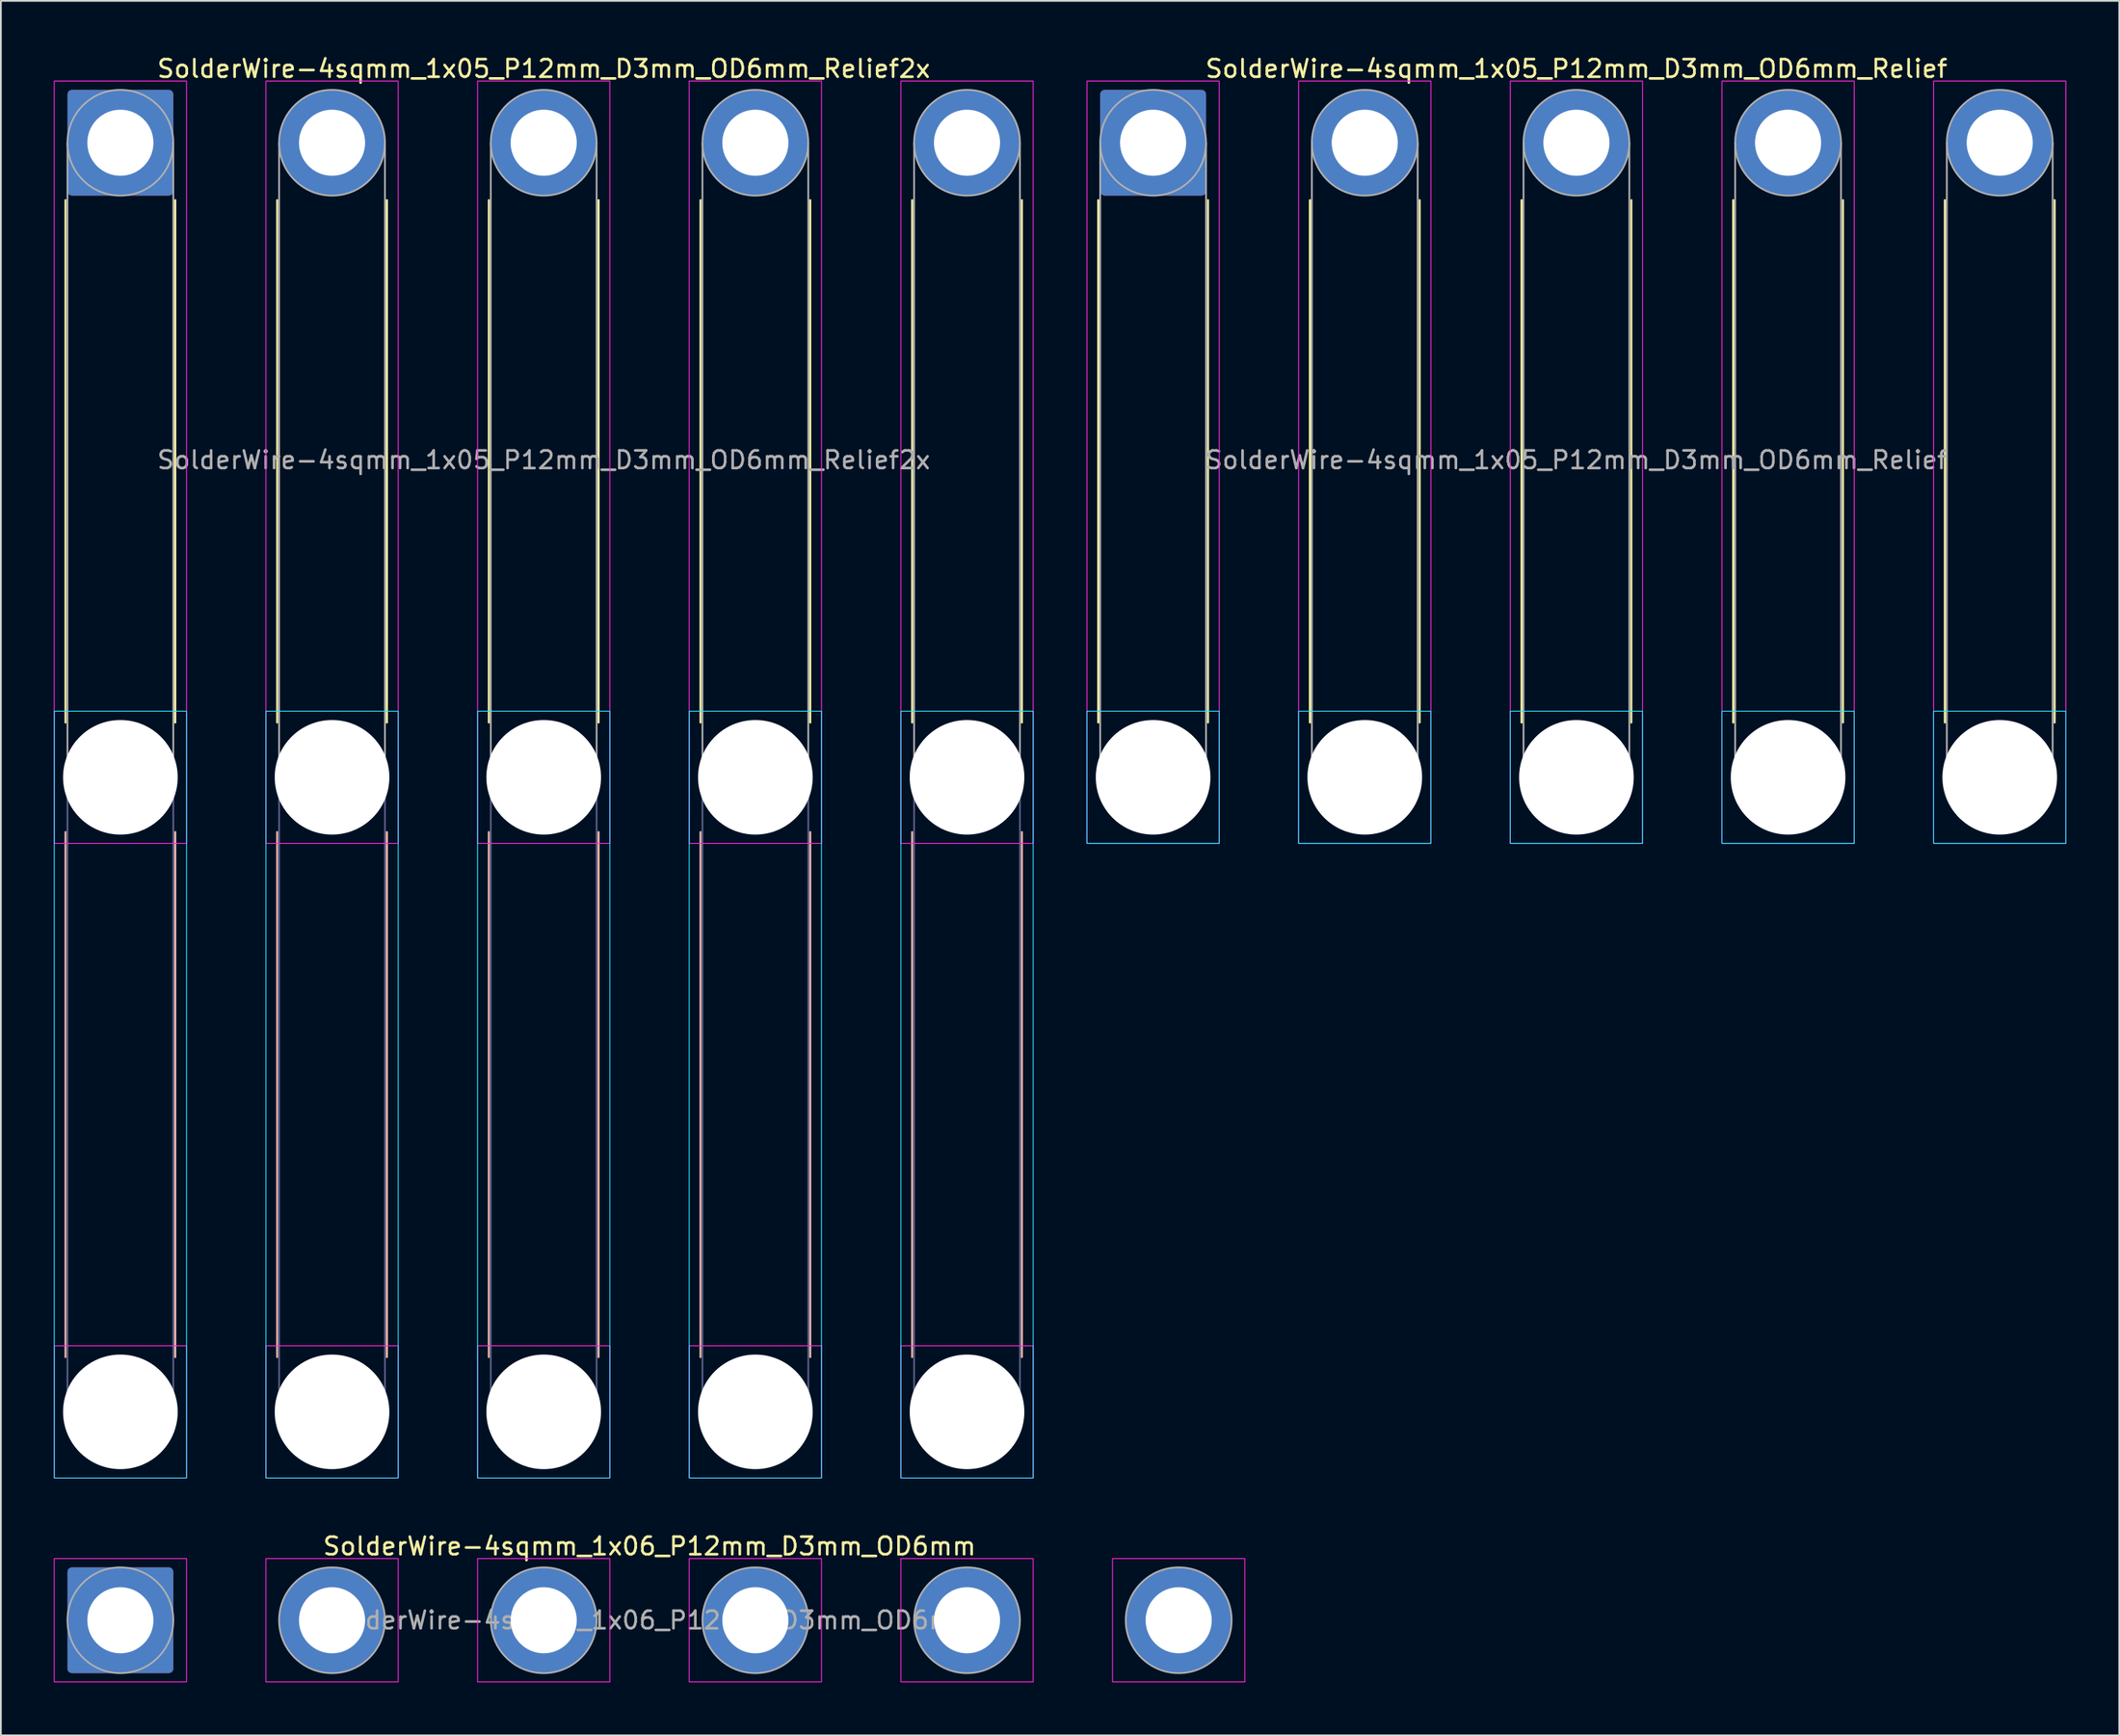
<source format=kicad_pcb>
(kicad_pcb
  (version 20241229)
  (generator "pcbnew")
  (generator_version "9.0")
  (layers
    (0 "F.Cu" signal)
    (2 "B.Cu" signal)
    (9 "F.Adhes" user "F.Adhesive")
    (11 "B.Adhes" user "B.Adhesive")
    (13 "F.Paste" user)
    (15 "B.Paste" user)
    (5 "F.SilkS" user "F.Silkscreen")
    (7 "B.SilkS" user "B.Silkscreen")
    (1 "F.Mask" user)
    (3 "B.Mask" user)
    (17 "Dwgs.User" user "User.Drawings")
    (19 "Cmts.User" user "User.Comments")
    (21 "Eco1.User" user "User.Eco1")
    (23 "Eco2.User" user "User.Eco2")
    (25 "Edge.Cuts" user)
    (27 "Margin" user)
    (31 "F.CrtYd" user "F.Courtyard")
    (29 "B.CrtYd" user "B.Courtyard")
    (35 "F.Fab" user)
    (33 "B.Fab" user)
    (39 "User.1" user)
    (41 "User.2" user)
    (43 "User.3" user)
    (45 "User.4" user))
  (footprint "SolderWire-4sqmm_1x05_P12mm_D3mm_OD6mm_Relief"
    (layer "F.Cu")
    (at 62.325 5.048)
    (property "Reference" "SolderWire-4sqmm_1x05_P12mm_D3mm_OD6mm_Relief" (at 24 -4.2 0) (layer "F.SilkS") (effects (font (size 1 1) (thickness 0.15))))
    (attr exclude_from_pos_files exclude_from_bom)
    (fp_line (start -3.11 3.26) (end -3.11 32.89) (stroke (width 0.12) (type solid)) (layer "F.SilkS"))
    (fp_line (start 3.11 3.26) (end 3.11 32.89) (stroke (width 0.12) (type solid)) (layer "F.SilkS"))
    (fp_line (start 8.89 3.26) (end 8.89 32.89) (stroke (width 0.12) (type solid)) (layer "F.SilkS"))
    (fp_line (start 15.11 3.26) (end 15.11 32.89) (stroke (width 0.12) (type solid)) (layer "F.SilkS"))
    (fp_line (start 20.89 3.26) (end 20.89 32.89) (stroke (width 0.12) (type solid)) (layer "F.SilkS"))
    (fp_line (start 27.11 3.26) (end 27.11 32.89) (stroke (width 0.12) (type solid)) (layer "F.SilkS"))
    (fp_line (start 32.89 3.26) (end 32.89 32.89) (stroke (width 0.12) (type solid)) (layer "F.SilkS"))
    (fp_line (start 39.11 3.26) (end 39.11 32.89) (stroke (width 0.12) (type solid)) (layer "F.SilkS"))
    (fp_line (start 44.89 3.26) (end 44.89 32.89) (stroke (width 0.12) (type solid)) (layer "F.SilkS"))
    (fp_line (start 51.11 3.26) (end 51.11 32.89) (stroke (width 0.12) (type solid)) (layer "F.SilkS"))
    (fp_rect (start -3.75 32.25) (end 3.75 39.75) (stroke (width 0.05) (type solid)) (fill no) (layer "B.CrtYd"))
    (fp_rect (start 8.25 32.25) (end 15.75 39.75) (stroke (width 0.05) (type solid)) (fill no) (layer "B.CrtYd"))
    (fp_rect (start 20.25 32.25) (end 27.75 39.75) (stroke (width 0.05) (type solid)) (fill no) (layer "B.CrtYd"))
    (fp_rect (start 32.25 32.25) (end 39.75 39.75) (stroke (width 0.05) (type solid)) (fill no) (layer "B.CrtYd"))
    (fp_rect (start 44.25 32.25) (end 51.75 39.75) (stroke (width 0.05) (type solid)) (fill no) (layer "B.CrtYd"))
    (fp_rect (start -3.75 -3.5) (end 3.75 39.75) (stroke (width 0.05) (type solid)) (fill no) (layer "F.CrtYd"))
    (fp_rect (start 8.25 -3.5) (end 15.75 39.75) (stroke (width 0.05) (type solid)) (fill no) (layer "F.CrtYd"))
    (fp_rect (start 20.25 -3.5) (end 27.75 39.75) (stroke (width 0.05) (type solid)) (fill no) (layer "F.CrtYd"))
    (fp_rect (start 32.25 -3.5) (end 39.75 39.75) (stroke (width 0.05) (type solid)) (fill no) (layer "F.CrtYd"))
    (fp_rect (start 44.25 -3.5) (end 51.75 39.75) (stroke (width 0.05) (type solid)) (fill no) (layer "F.CrtYd"))
    (fp_line (start -3 0) (end -3 36) (stroke (width 0.1) (type solid)) (layer "F.Fab"))
    (fp_line (start 3 0) (end 3 36) (stroke (width 0.1) (type solid)) (layer "F.Fab"))
    (fp_line (start 9 0) (end 9 36) (stroke (width 0.1) (type solid)) (layer "F.Fab"))
    (fp_line (start 15 0) (end 15 36) (stroke (width 0.1) (type solid)) (layer "F.Fab"))
    (fp_line (start 21 0) (end 21 36) (stroke (width 0.1) (type solid)) (layer "F.Fab"))
    (fp_line (start 27 0) (end 27 36) (stroke (width 0.1) (type solid)) (layer "F.Fab"))
    (fp_line (start 33 0) (end 33 36) (stroke (width 0.1) (type solid)) (layer "F.Fab"))
    (fp_line (start 39 0) (end 39 36) (stroke (width 0.1) (type solid)) (layer "F.Fab"))
    (fp_line (start 45 0) (end 45 36) (stroke (width 0.1) (type solid)) (layer "F.Fab"))
    (fp_line (start 51 0) (end 51 36) (stroke (width 0.1) (type solid)) (layer "F.Fab"))
    (fp_circle (center 0 0) (end 3 0) (stroke (width 0.1) (type solid)) (fill no) (layer "F.Fab"))
    (fp_circle (center 0 36) (end 3 36) (stroke (width 0.1) (type solid)) (fill no) (layer "F.Fab"))
    (fp_circle (center 12 0) (end 15 0) (stroke (width 0.1) (type solid)) (fill no) (layer "F.Fab"))
    (fp_circle (center 12 36) (end 15 36) (stroke (width 0.1) (type solid)) (fill no) (layer "F.Fab"))
    (fp_circle (center 24 0) (end 27 0) (stroke (width 0.1) (type solid)) (fill no) (layer "F.Fab"))
    (fp_circle (center 24 36) (end 27 36) (stroke (width 0.1) (type solid)) (fill no) (layer "F.Fab"))
    (fp_circle (center 36 0) (end 39 0) (stroke (width 0.1) (type solid)) (fill no) (layer "F.Fab"))
    (fp_circle (center 36 36) (end 39 36) (stroke (width 0.1) (type solid)) (fill no) (layer "F.Fab"))
    (fp_circle (center 48 0) (end 51 0) (stroke (width 0.1) (type solid)) (fill no) (layer "F.Fab"))
    (fp_circle (center 48 36) (end 51 36) (stroke (width 0.1) (type solid)) (fill no) (layer "F.Fab"))
    (fp_text user "${REFERENCE}" (at 24 18 0) (layer "F.Fab") (effects (font (size 1 1) (thickness 0.15))))
    (pad "" np_thru_hole circle (at 0 36) (size 6.5 6.5) (drill 6.5) (layers "*.Cu" "*.Mask"))
    (pad "" np_thru_hole circle (at 12 36) (size 6.5 6.5) (drill 6.5) (layers "*.Cu" "*.Mask"))
    (pad "" np_thru_hole circle (at 24 36) (size 6.5 6.5) (drill 6.5) (layers "*.Cu" "*.Mask"))
    (pad "" np_thru_hole circle (at 36 36) (size 6.5 6.5) (drill 6.5) (layers "*.Cu" "*.Mask"))
    (pad "" np_thru_hole circle (at 48 36) (size 6.5 6.5) (drill 6.5) (layers "*.Cu" "*.Mask"))
    (pad "1" thru_hole roundrect (at 0 0) (size 6 6) (drill 3.75) (layers "*.Cu" "*.Mask") (roundrect_rratio 0.042))
    (pad "2" thru_hole circle (at 12 0) (size 6 6) (drill 3.75) (layers "*.Cu" "*.Mask"))
    (pad "3" thru_hole circle (at 24 0) (size 6 6) (drill 3.75) (layers "*.Cu" "*.Mask"))
    (pad "4" thru_hole circle (at 36 0) (size 6 6) (drill 3.75) (layers "*.Cu" "*.Mask"))
    (pad "5" thru_hole circle (at 48 0) (size 6 6) (drill 3.75) (layers "*.Cu" "*.Mask")))
  (footprint "SolderWire-4sqmm_1x05_P12mm_D3mm_OD6mm_Relief2x"
    (layer "F.Cu")
    (at 3.775 5.048)
    (property "Reference" "SolderWire-4sqmm_1x05_P12mm_D3mm_OD6mm_Relief2x" (at 24 -4.2 0) (layer "F.SilkS") (effects (font (size 1 1) (thickness 0.15))))
    (attr exclude_from_pos_files exclude_from_bom)
    (fp_line (start -3.11 3.26) (end -3.11 32.89) (stroke (width 0.12) (type solid)) (layer "F.SilkS"))
    (fp_line (start 3.11 3.26) (end 3.11 32.89) (stroke (width 0.12) (type solid)) (layer "F.SilkS"))
    (fp_line (start 8.89 3.26) (end 8.89 32.89) (stroke (width 0.12) (type solid)) (layer "F.SilkS"))
    (fp_line (start 15.11 3.26) (end 15.11 32.89) (stroke (width 0.12) (type solid)) (layer "F.SilkS"))
    (fp_line (start 20.89 3.26) (end 20.89 32.89) (stroke (width 0.12) (type solid)) (layer "F.SilkS"))
    (fp_line (start 27.11 3.26) (end 27.11 32.89) (stroke (width 0.12) (type solid)) (layer "F.SilkS"))
    (fp_line (start 32.89 3.26) (end 32.89 32.89) (stroke (width 0.12) (type solid)) (layer "F.SilkS"))
    (fp_line (start 39.11 3.26) (end 39.11 32.89) (stroke (width 0.12) (type solid)) (layer "F.SilkS"))
    (fp_line (start 44.89 3.26) (end 44.89 32.89) (stroke (width 0.12) (type solid)) (layer "F.SilkS"))
    (fp_line (start 51.11 3.26) (end 51.11 32.89) (stroke (width 0.12) (type solid)) (layer "F.SilkS"))
    (fp_line (start -3.11 39.11) (end -3.11 68.89) (stroke (width 0.12) (type solid)) (layer "B.SilkS"))
    (fp_line (start 3.11 39.11) (end 3.11 68.89) (stroke (width 0.12) (type solid)) (layer "B.SilkS"))
    (fp_line (start 8.89 39.11) (end 8.89 68.89) (stroke (width 0.12) (type solid)) (layer "B.SilkS"))
    (fp_line (start 15.11 39.11) (end 15.11 68.89) (stroke (width 0.12) (type solid)) (layer "B.SilkS"))
    (fp_line (start 20.89 39.11) (end 20.89 68.89) (stroke (width 0.12) (type solid)) (layer "B.SilkS"))
    (fp_line (start 27.11 39.11) (end 27.11 68.89) (stroke (width 0.12) (type solid)) (layer "B.SilkS"))
    (fp_line (start 32.89 39.11) (end 32.89 68.89) (stroke (width 0.12) (type solid)) (layer "B.SilkS"))
    (fp_line (start 39.11 39.11) (end 39.11 68.89) (stroke (width 0.12) (type solid)) (layer "B.SilkS"))
    (fp_line (start 44.89 39.11) (end 44.89 68.89) (stroke (width 0.12) (type solid)) (layer "B.SilkS"))
    (fp_line (start 51.11 39.11) (end 51.11 68.89) (stroke (width 0.12) (type solid)) (layer "B.SilkS"))
    (fp_rect (start -3.75 32.25) (end 3.75 75.75) (stroke (width 0.05) (type solid)) (fill no) (layer "B.CrtYd"))
    (fp_rect (start 8.25 32.25) (end 15.75 75.75) (stroke (width 0.05) (type solid)) (fill no) (layer "B.CrtYd"))
    (fp_rect (start 20.25 32.25) (end 27.75 75.75) (stroke (width 0.05) (type solid)) (fill no) (layer "B.CrtYd"))
    (fp_rect (start 32.25 32.25) (end 39.75 75.75) (stroke (width 0.05) (type solid)) (fill no) (layer "B.CrtYd"))
    (fp_rect (start 44.25 32.25) (end 51.75 75.75) (stroke (width 0.05) (type solid)) (fill no) (layer "B.CrtYd"))
    (fp_rect (start -3.75 -3.5) (end 3.75 39.75) (stroke (width 0.05) (type solid)) (fill no) (layer "F.CrtYd"))
    (fp_rect (start -3.75 68.25) (end 3.75 75.75) (stroke (width 0.05) (type solid)) (fill no) (layer "F.CrtYd"))
    (fp_rect (start 8.25 -3.5) (end 15.75 39.75) (stroke (width 0.05) (type solid)) (fill no) (layer "F.CrtYd"))
    (fp_rect (start 8.25 68.25) (end 15.75 75.75) (stroke (width 0.05) (type solid)) (fill no) (layer "F.CrtYd"))
    (fp_rect (start 20.25 -3.5) (end 27.75 39.75) (stroke (width 0.05) (type solid)) (fill no) (layer "F.CrtYd"))
    (fp_rect (start 20.25 68.25) (end 27.75 75.75) (stroke (width 0.05) (type solid)) (fill no) (layer "F.CrtYd"))
    (fp_rect (start 32.25 -3.5) (end 39.75 39.75) (stroke (width 0.05) (type solid)) (fill no) (layer "F.CrtYd"))
    (fp_rect (start 32.25 68.25) (end 39.75 75.75) (stroke (width 0.05) (type solid)) (fill no) (layer "F.CrtYd"))
    (fp_rect (start 44.25 -3.5) (end 51.75 39.75) (stroke (width 0.05) (type solid)) (fill no) (layer "F.CrtYd"))
    (fp_rect (start 44.25 68.25) (end 51.75 75.75) (stroke (width 0.05) (type solid)) (fill no) (layer "F.CrtYd"))
    (fp_line (start -3 36) (end -3 72) (stroke (width 0.1) (type solid)) (layer "B.Fab"))
    (fp_line (start 3 36) (end 3 72) (stroke (width 0.1) (type solid)) (layer "B.Fab"))
    (fp_line (start 9 36) (end 9 72) (stroke (width 0.1) (type solid)) (layer "B.Fab"))
    (fp_line (start 15 36) (end 15 72) (stroke (width 0.1) (type solid)) (layer "B.Fab"))
    (fp_line (start 21 36) (end 21 72) (stroke (width 0.1) (type solid)) (layer "B.Fab"))
    (fp_line (start 27 36) (end 27 72) (stroke (width 0.1) (type solid)) (layer "B.Fab"))
    (fp_line (start 33 36) (end 33 72) (stroke (width 0.1) (type solid)) (layer "B.Fab"))
    (fp_line (start 39 36) (end 39 72) (stroke (width 0.1) (type solid)) (layer "B.Fab"))
    (fp_line (start 45 36) (end 45 72) (stroke (width 0.1) (type solid)) (layer "B.Fab"))
    (fp_line (start 51 36) (end 51 72) (stroke (width 0.1) (type solid)) (layer "B.Fab"))
    (fp_circle (center 0 36) (end 3 36) (stroke (width 0.1) (type solid)) (fill no) (layer "B.Fab"))
    (fp_circle (center 0 72) (end 3 72) (stroke (width 0.1) (type solid)) (fill no) (layer "B.Fab"))
    (fp_circle (center 12 36) (end 15 36) (stroke (width 0.1) (type solid)) (fill no) (layer "B.Fab"))
    (fp_circle (center 12 72) (end 15 72) (stroke (width 0.1) (type solid)) (fill no) (layer "B.Fab"))
    (fp_circle (center 24 36) (end 27 36) (stroke (width 0.1) (type solid)) (fill no) (layer "B.Fab"))
    (fp_circle (center 24 72) (end 27 72) (stroke (width 0.1) (type solid)) (fill no) (layer "B.Fab"))
    (fp_circle (center 36 36) (end 39 36) (stroke (width 0.1) (type solid)) (fill no) (layer "B.Fab"))
    (fp_circle (center 36 72) (end 39 72) (stroke (width 0.1) (type solid)) (fill no) (layer "B.Fab"))
    (fp_circle (center 48 36) (end 51 36) (stroke (width 0.1) (type solid)) (fill no) (layer "B.Fab"))
    (fp_circle (center 48 72) (end 51 72) (stroke (width 0.1) (type solid)) (fill no) (layer "B.Fab"))
    (fp_line (start -3 0) (end -3 36) (stroke (width 0.1) (type solid)) (layer "F.Fab"))
    (fp_line (start 3 0) (end 3 36) (stroke (width 0.1) (type solid)) (layer "F.Fab"))
    (fp_line (start 9 0) (end 9 36) (stroke (width 0.1) (type solid)) (layer "F.Fab"))
    (fp_line (start 15 0) (end 15 36) (stroke (width 0.1) (type solid)) (layer "F.Fab"))
    (fp_line (start 21 0) (end 21 36) (stroke (width 0.1) (type solid)) (layer "F.Fab"))
    (fp_line (start 27 0) (end 27 36) (stroke (width 0.1) (type solid)) (layer "F.Fab"))
    (fp_line (start 33 0) (end 33 36) (stroke (width 0.1) (type solid)) (layer "F.Fab"))
    (fp_line (start 39 0) (end 39 36) (stroke (width 0.1) (type solid)) (layer "F.Fab"))
    (fp_line (start 45 0) (end 45 36) (stroke (width 0.1) (type solid)) (layer "F.Fab"))
    (fp_line (start 51 0) (end 51 36) (stroke (width 0.1) (type solid)) (layer "F.Fab"))
    (fp_circle (center 0 0) (end 3 0) (stroke (width 0.1) (type solid)) (fill no) (layer "F.Fab"))
    (fp_circle (center 0 36) (end 3 36) (stroke (width 0.1) (type solid)) (fill no) (layer "F.Fab"))
    (fp_circle (center 0 72) (end 3 72) (stroke (width 0.1) (type solid)) (fill no) (layer "F.Fab"))
    (fp_circle (center 12 0) (end 15 0) (stroke (width 0.1) (type solid)) (fill no) (layer "F.Fab"))
    (fp_circle (center 12 36) (end 15 36) (stroke (width 0.1) (type solid)) (fill no) (layer "F.Fab"))
    (fp_circle (center 12 72) (end 15 72) (stroke (width 0.1) (type solid)) (fill no) (layer "F.Fab"))
    (fp_circle (center 24 0) (end 27 0) (stroke (width 0.1) (type solid)) (fill no) (layer "F.Fab"))
    (fp_circle (center 24 36) (end 27 36) (stroke (width 0.1) (type solid)) (fill no) (layer "F.Fab"))
    (fp_circle (center 24 72) (end 27 72) (stroke (width 0.1) (type solid)) (fill no) (layer "F.Fab"))
    (fp_circle (center 36 0) (end 39 0) (stroke (width 0.1) (type solid)) (fill no) (layer "F.Fab"))
    (fp_circle (center 36 36) (end 39 36) (stroke (width 0.1) (type solid)) (fill no) (layer "F.Fab"))
    (fp_circle (center 36 72) (end 39 72) (stroke (width 0.1) (type solid)) (fill no) (layer "F.Fab"))
    (fp_circle (center 48 0) (end 51 0) (stroke (width 0.1) (type solid)) (fill no) (layer "F.Fab"))
    (fp_circle (center 48 36) (end 51 36) (stroke (width 0.1) (type solid)) (fill no) (layer "F.Fab"))
    (fp_circle (center 48 72) (end 51 72) (stroke (width 0.1) (type solid)) (fill no) (layer "F.Fab"))
    (fp_text user "${REFERENCE}" (at 24 18 0) (layer "F.Fab") (effects (font (size 1 1) (thickness 0.15))))
    (pad "" np_thru_hole circle (at 0 36) (size 6.5 6.5) (drill 6.5) (layers "*.Cu" "*.Mask"))
    (pad "" np_thru_hole circle (at 0 72) (size 6.5 6.5) (drill 6.5) (layers "*.Cu" "*.Mask"))
    (pad "" np_thru_hole circle (at 12 36) (size 6.5 6.5) (drill 6.5) (layers "*.Cu" "*.Mask"))
    (pad "" np_thru_hole circle (at 12 72) (size 6.5 6.5) (drill 6.5) (layers "*.Cu" "*.Mask"))
    (pad "" np_thru_hole circle (at 24 36) (size 6.5 6.5) (drill 6.5) (layers "*.Cu" "*.Mask"))
    (pad "" np_thru_hole circle (at 24 72) (size 6.5 6.5) (drill 6.5) (layers "*.Cu" "*.Mask"))
    (pad "" np_thru_hole circle (at 36 36) (size 6.5 6.5) (drill 6.5) (layers "*.Cu" "*.Mask"))
    (pad "" np_thru_hole circle (at 36 72) (size 6.5 6.5) (drill 6.5) (layers "*.Cu" "*.Mask"))
    (pad "" np_thru_hole circle (at 48 36) (size 6.5 6.5) (drill 6.5) (layers "*.Cu" "*.Mask"))
    (pad "" np_thru_hole circle (at 48 72) (size 6.5 6.5) (drill 6.5) (layers "*.Cu" "*.Mask"))
    (pad "1" thru_hole roundrect (at 0 0) (size 6 6) (drill 3.75) (layers "*.Cu" "*.Mask") (roundrect_rratio 0.042))
    (pad "2" thru_hole circle (at 12 0) (size 6 6) (drill 3.75) (layers "*.Cu" "*.Mask"))
    (pad "3" thru_hole circle (at 24 0) (size 6 6) (drill 3.75) (layers "*.Cu" "*.Mask"))
    (pad "4" thru_hole circle (at 36 0) (size 6 6) (drill 3.75) (layers "*.Cu" "*.Mask"))
    (pad "5" thru_hole circle (at 48 0) (size 6 6) (drill 3.75) (layers "*.Cu" "*.Mask")))
  (footprint "SolderWire-4sqmm_1x06_P12mm_D3mm_OD6mm"
    (layer "F.Cu")
    (at 3.775 88.871)
    (property "Reference" "SolderWire-4sqmm_1x06_P12mm_D3mm_OD6mm" (at 30 -4.2 0) (layer "F.SilkS") (effects (font (size 1 1) (thickness 0.15))))
    (attr exclude_from_pos_files exclude_from_bom)
    (fp_rect (start -3.75 -3.5) (end 3.75 3.5) (stroke (width 0.05) (type solid)) (fill no) (layer "F.CrtYd"))
    (fp_rect (start 8.25 -3.5) (end 15.75 3.5) (stroke (width 0.05) (type solid)) (fill no) (layer "F.CrtYd"))
    (fp_rect (start 20.25 -3.5) (end 27.75 3.5) (stroke (width 0.05) (type solid)) (fill no) (layer "F.CrtYd"))
    (fp_rect (start 32.25 -3.5) (end 39.75 3.5) (stroke (width 0.05) (type solid)) (fill no) (layer "F.CrtYd"))
    (fp_rect (start 44.25 -3.5) (end 51.75 3.5) (stroke (width 0.05) (type solid)) (fill no) (layer "F.CrtYd"))
    (fp_rect (start 56.25 -3.5) (end 63.75 3.5) (stroke (width 0.05) (type solid)) (fill no) (layer "F.CrtYd"))
    (fp_circle (center 0 0) (end 3 0) (stroke (width 0.1) (type solid)) (fill no) (layer "F.Fab"))
    (fp_circle (center 12 0) (end 15 0) (stroke (width 0.1) (type solid)) (fill no) (layer "F.Fab"))
    (fp_circle (center 24 0) (end 27 0) (stroke (width 0.1) (type solid)) (fill no) (layer "F.Fab"))
    (fp_circle (center 36 0) (end 39 0) (stroke (width 0.1) (type solid)) (fill no) (layer "F.Fab"))
    (fp_circle (center 48 0) (end 51 0) (stroke (width 0.1) (type solid)) (fill no) (layer "F.Fab"))
    (fp_circle (center 60 0) (end 63 0) (stroke (width 0.1) (type solid)) (fill no) (layer "F.Fab"))
    (fp_text user "${REFERENCE}" (at 30 0 0) (layer "F.Fab") (effects (font (size 1 1) (thickness 0.15))))
    (pad "1" thru_hole roundrect (at 0 0) (size 6 6) (drill 3.75) (layers "*.Cu" "*.Mask") (roundrect_rratio 0.042))
    (pad "2" thru_hole circle (at 12 0) (size 6 6) (drill 3.75) (layers "*.Cu" "*.Mask"))
    (pad "3" thru_hole circle (at 24 0) (size 6 6) (drill 3.75) (layers "*.Cu" "*.Mask"))
    (pad "4" thru_hole circle (at 36 0) (size 6 6) (drill 3.75) (layers "*.Cu" "*.Mask"))
    (pad "5" thru_hole circle (at 48 0) (size 6 6) (drill 3.75) (layers "*.Cu" "*.Mask"))
    (pad "6" thru_hole circle (at 60 0) (size 6 6) (drill 3.75) (layers "*.Cu" "*.Mask")))
  (gr_rect
    (start -3 -3)
    (end 117.1 95.397)
    (stroke (width 0.1) (type default))
    (fill no)
    (layer "Edge.Cuts")))
</source>
